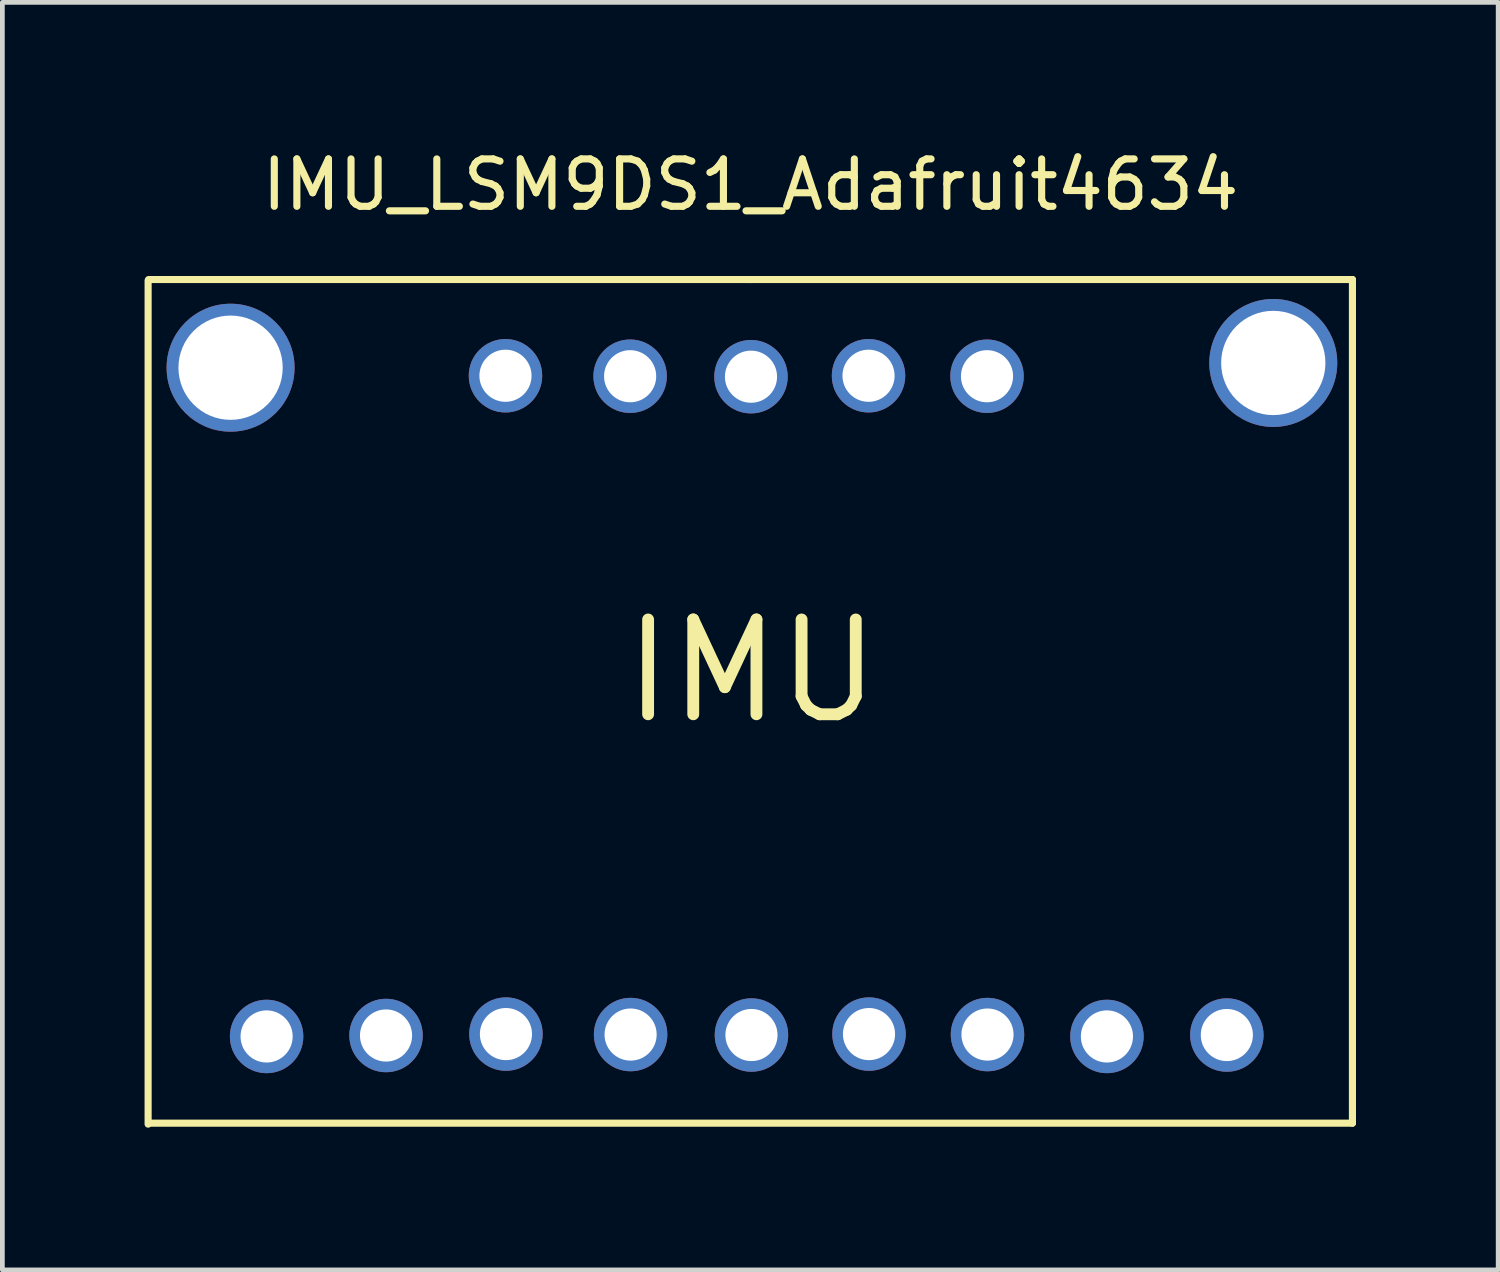
<source format=kicad_pcb>
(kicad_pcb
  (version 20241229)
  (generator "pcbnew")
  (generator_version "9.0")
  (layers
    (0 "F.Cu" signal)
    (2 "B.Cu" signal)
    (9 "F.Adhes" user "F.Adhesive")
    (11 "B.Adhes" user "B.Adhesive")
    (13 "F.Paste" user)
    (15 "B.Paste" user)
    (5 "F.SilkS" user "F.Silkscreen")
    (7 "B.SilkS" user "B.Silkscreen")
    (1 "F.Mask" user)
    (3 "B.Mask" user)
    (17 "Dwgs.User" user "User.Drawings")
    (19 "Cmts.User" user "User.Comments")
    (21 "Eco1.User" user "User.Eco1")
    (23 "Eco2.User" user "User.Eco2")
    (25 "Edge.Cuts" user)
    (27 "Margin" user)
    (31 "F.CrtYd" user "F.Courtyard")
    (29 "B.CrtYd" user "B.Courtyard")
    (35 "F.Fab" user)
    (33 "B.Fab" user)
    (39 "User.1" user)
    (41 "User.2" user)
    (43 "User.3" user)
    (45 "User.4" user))
  (footprint "IMU_LSM9DS1_Adafruit4634"
    (layer "F.Cu")
    (at 12.815 18.808)
    (property "Reference" "IMU_LSM9DS1_Adafruit4634" (at -0.03 -17.96 0) (layer "F.SilkS") (effects (font (size 1 1) (thickness 0.15))))
    (attr through_hole)
    (fp_line (start -12.74 -15.94) (end -12.74 1.86) (stroke (width 0.15) (type solid)) (layer "F.SilkS"))
    (fp_line (start -12.73 1.84) (end 12.67 1.84) (stroke (width 0.15) (type solid)) (layer "F.SilkS"))
    (fp_line (start -0.03 -15.96) (end -12.73 -15.96) (stroke (width 0.15) (type solid)) (layer "F.SilkS"))
    (fp_line (start -0.03 -15.96) (end 12.67 -15.96) (stroke (width 0.15) (type solid)) (layer "F.SilkS"))
    (fp_line (start 12.67 -15.96) (end 12.67 1.84) (stroke (width 0.15) (type solid)) (layer "F.SilkS"))
    (fp_text user "IMU" (at 0 -7.7 0) (layer "F.SilkS") (effects (font (size 2 2) (thickness 0.25))))
    (pad "" thru_hole circle (at -11 -14.1) (size 2.7 2.7) (drill 2.2) (layers "*.Cu" "*.Mask"))
    (pad "" thru_hole circle (at 11 -14.2) (size 2.7 2.7) (drill 2.2) (layers "*.Cu" "*.Mask"))
    (pad "3Vo" thru_hole circle (at 7.49 0.01) (size 1.55 1.55) (drill 1.1) (layers "*.Cu" "*.Mask"))
    (pad "CSAG" thru_hole circle (at -2.56 -0.03) (size 1.55 1.55) (drill 1.1) (layers "*.Cu" "*.Mask"))
    (pad "CSM" thru_hole circle (at -5.19 -0.04) (size 1.55 1.55) (drill 1.1) (layers "*.Cu" "*.Mask"))
    (pad "DEN" thru_hole circle (at 4.96 -13.92) (size 1.55 1.55) (drill 1.1) (layers "*.Cu" "*.Mask"))
    (pad "DOM" thru_hole circle (at -10.24 0.01) (size 1.55 1.55) (drill 1.1) (layers "*.Cu" "*.Mask"))
    (pad "DRDY" thru_hole circle (at -5.2 -13.93) (size 1.55 1.55) (drill 1.1) (layers "*.Cu" "*.Mask"))
    (pad "GND" thru_hole circle (at 4.97 -0.03) (size 1.55 1.55) (drill 1.1) (layers "*.Cu" "*.Mask"))
    (pad "INT1" thru_hole circle (at -0.02 -13.91) (size 1.55 1.55) (drill 1.1) (layers "*.Cu" "*.Mask"))
    (pad "INT2" thru_hole circle (at 2.46 -13.93) (size 1.55 1.55) (drill 1.1) (layers "*.Cu" "*.Mask"))
    (pad "INTM" thru_hole circle (at -2.57 -13.92) (size 1.55 1.55) (drill 1.1) (layers "*.Cu" "*.Mask"))
    (pad "SCL" thru_hole circle (at 2.47 -0.04) (size 1.55 1.55) (drill 1.1) (layers "*.Cu" "*.Mask"))
    (pad "SD0AG" thru_hole circle (at -7.72 -0.01) (size 1.55 1.55) (drill 1.1) (layers "*.Cu" "*.Mask"))
    (pad "SDA" thru_hole circle (at -0.01 -0.02) (size 1.55 1.55) (drill 1.1) (layers "*.Cu" "*.Mask"))
    (pad "Vin" thru_hole circle (at 10.02 -0.02) (size 1.55 1.55) (drill 1.1) (layers "*.Cu" "*.Mask")))
  (gr_rect
    (start -3 -3)
    (end 28.56 23.743)
    (stroke (width 0.1) (type default))
    (fill no)
    (layer "Edge.Cuts")))
</source>
